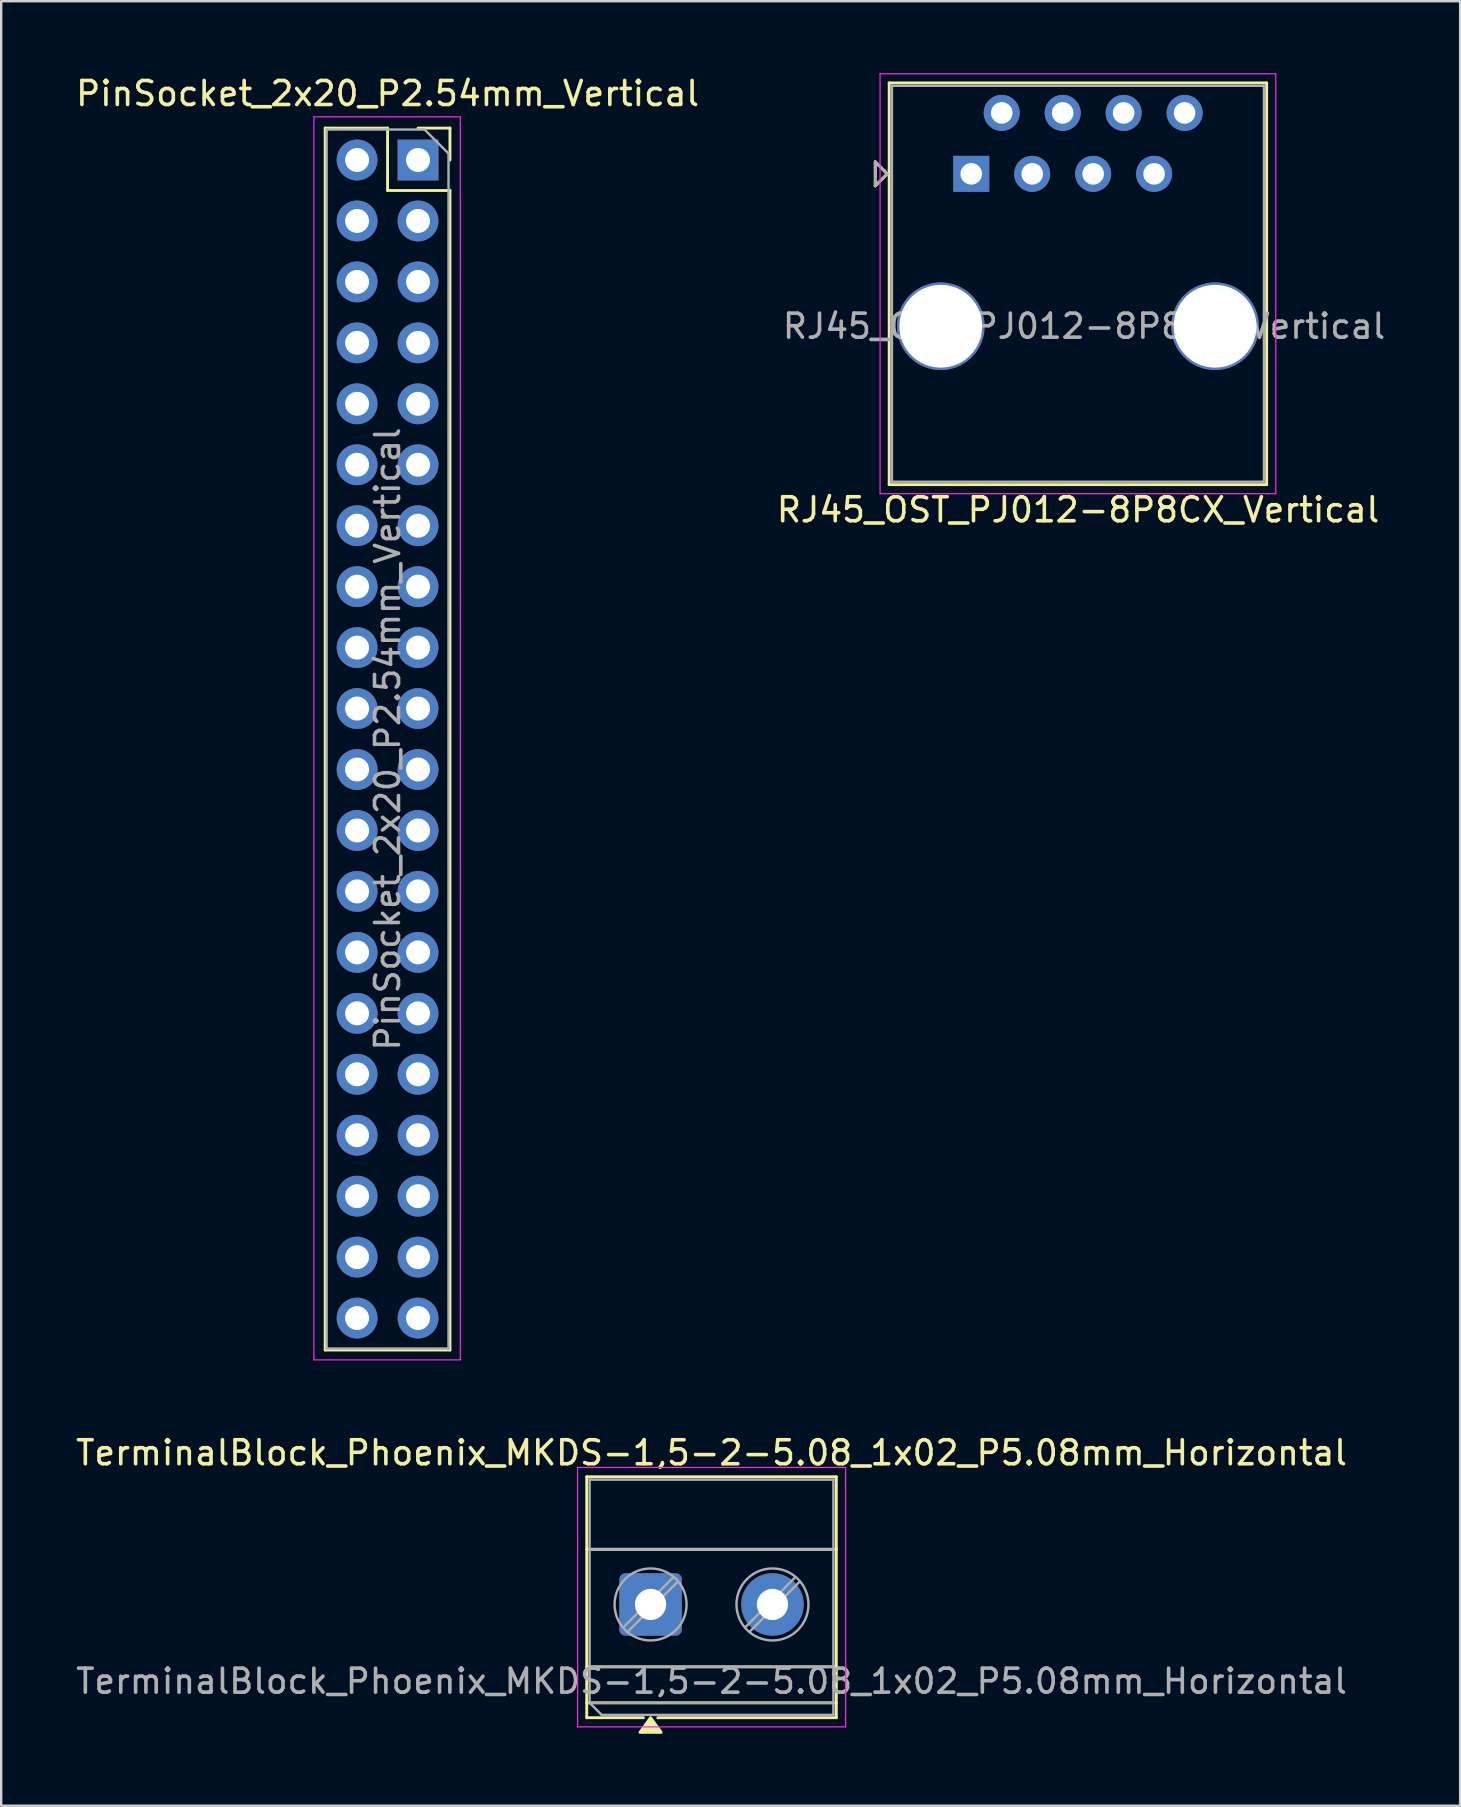
<source format=kicad_pcb>
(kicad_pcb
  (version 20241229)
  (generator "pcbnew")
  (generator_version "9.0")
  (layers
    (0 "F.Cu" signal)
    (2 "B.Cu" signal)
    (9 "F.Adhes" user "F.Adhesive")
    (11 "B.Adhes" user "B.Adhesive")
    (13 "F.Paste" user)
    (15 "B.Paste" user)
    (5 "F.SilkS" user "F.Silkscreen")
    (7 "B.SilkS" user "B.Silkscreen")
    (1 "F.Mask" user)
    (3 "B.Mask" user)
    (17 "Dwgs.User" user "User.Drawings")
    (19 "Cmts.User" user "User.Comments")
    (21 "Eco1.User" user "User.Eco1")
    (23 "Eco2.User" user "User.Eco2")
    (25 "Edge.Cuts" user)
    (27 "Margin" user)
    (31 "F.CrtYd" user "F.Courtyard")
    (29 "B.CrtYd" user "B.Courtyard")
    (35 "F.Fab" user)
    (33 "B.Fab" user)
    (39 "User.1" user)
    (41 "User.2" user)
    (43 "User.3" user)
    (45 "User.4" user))
  (footprint "RJ45_OST_PJ012-8P8CX_Vertical"
    (layer "F.Cu")
    (at 37.425 4.195)
    (property "Reference" "RJ45_OST_PJ012-8P8CX_Vertical" (at 4.45 14 0) (layer "F.SilkS") (effects (font (size 1 1) (thickness 0.15))))
    (attr through_hole)
    (fp_line (start -4 -0.5) (end -4 0.5) (stroke (width 0.12) (type solid)) (layer "F.SilkS"))
    (fp_line (start -4 0.5) (end -3.5 0) (stroke (width 0.12) (type solid)) (layer "F.SilkS"))
    (fp_line (start -3.5 0) (end -4 -0.5) (stroke (width 0.12) (type solid)) (layer "F.SilkS"))
    (fp_line (start -3.42 -3.79) (end -3.42 12.95) (stroke (width 0.12) (type solid)) (layer "F.SilkS"))
    (fp_line (start 12.3 -3.79) (end -3.42 -3.79) (stroke (width 0.12) (type solid)) (layer "F.SilkS"))
    (fp_line (start 12.31 -3.79) (end 12.31 12.95) (stroke (width 0.12) (type solid)) (layer "F.SilkS"))
    (fp_line (start 12.31 12.95) (end -3.42 12.95) (stroke (width 0.12) (type solid)) (layer "F.SilkS"))
    (fp_line (start -3.8 -4.17) (end -3.8 13.33) (stroke (width 0.05) (type solid)) (layer "F.CrtYd"))
    (fp_line (start -3.8 -4.17) (end 12.69 -4.17) (stroke (width 0.05) (type solid)) (layer "F.CrtYd"))
    (fp_line (start -3.8 13.33) (end 12.69 13.33) (stroke (width 0.05) (type solid)) (layer "F.CrtYd"))
    (fp_line (start 12.69 -4.17) (end 12.69 13.33) (stroke (width 0.05) (type solid)) (layer "F.CrtYd"))
    (fp_line (start -4 -0.5) (end -4 0.5) (stroke (width 0.12) (type solid)) (layer "F.Fab"))
    (fp_line (start -4 0.5) (end -3.5 0) (stroke (width 0.12) (type solid)) (layer "F.Fab"))
    (fp_line (start -3.5 0) (end -4 -0.5) (stroke (width 0.12) (type solid)) (layer "F.Fab"))
    (fp_line (start -3.305 -3.67) (end -3.305 12.83) (stroke (width 0.1) (type solid)) (layer "F.Fab"))
    (fp_line (start 12.195 -3.67) (end -3.305 -3.67) (stroke (width 0.1) (type solid)) (layer "F.Fab"))
    (fp_line (start 12.195 -3.67) (end 12.195 12.83) (stroke (width 0.1) (type solid)) (layer "F.Fab"))
    (fp_line (start 12.195 12.83) (end -3.305 12.83) (stroke (width 0.1) (type solid)) (layer "F.Fab"))
    (fp_text user "${REFERENCE}" (at 4.7 6.35 0) (layer "F.Fab") (effects (font (size 1 1) (thickness 0.15))))
    (pad "" np_thru_hole circle (at -1.27 6.35) (size 3.65 3.65) (drill 3.45) (layers "*.Cu" "*.Mask"))
    (pad "" np_thru_hole circle (at 10.16 6.35) (size 3.65 3.65) (drill 3.45) (layers "*.Cu" "*.Mask"))
    (pad "1" thru_hole rect (at 0 0) (size 1.5 1.5) (drill 0.9) (layers "*.Cu" "*.Mask"))
    (pad "2" thru_hole circle (at 1.27 -2.54) (size 1.5 1.5) (drill 0.9) (layers "*.Cu" "*.Mask"))
    (pad "3" thru_hole circle (at 2.54 0) (size 1.5 1.5) (drill 0.9) (layers "*.Cu" "*.Mask"))
    (pad "4" thru_hole circle (at 3.81 -2.54) (size 1.5 1.5) (drill 0.9) (layers "*.Cu" "*.Mask"))
    (pad "5" thru_hole circle (at 5.08 0) (size 1.5 1.5) (drill 0.9) (layers "*.Cu" "*.Mask"))
    (pad "6" thru_hole circle (at 6.35 -2.54) (size 1.5 1.5) (drill 0.9) (layers "*.Cu" "*.Mask"))
    (pad "7" thru_hole circle (at 7.62 0) (size 1.5 1.5) (drill 0.9) (layers "*.Cu" "*.Mask"))
    (pad "8" thru_hole circle (at 8.89 -2.54) (size 1.5 1.5) (drill 0.9) (layers "*.Cu" "*.Mask")))
  (footprint "TerminalBlock_Phoenix_MKDS-1,5-2-5.08_1x02_P5.08mm_Horizontal"
    (layer "F.Cu")
    (at 24.061 63.812)
    (property "Reference" "TerminalBlock_Phoenix_MKDS-1,5-2-5.08_1x02_P5.08mm_Horizontal" (at 2.54 -6.32 0) (layer "F.SilkS") (effects (font (size 1 1) (thickness 0.15))))
    (attr through_hole)
    (fp_line (start -2.66 -5.32) (end 7.74 -5.32) (stroke (width 0.12) (type solid)) (layer "F.SilkS"))
    (fp_line (start -2.66 -2.3) (end 7.74 -2.3) (stroke (width 0.12) (type solid)) (layer "F.SilkS"))
    (fp_line (start -2.66 2.6) (end 7.74 2.6) (stroke (width 0.12) (type solid)) (layer "F.SilkS"))
    (fp_line (start -2.66 4.1) (end 7.74 4.1) (stroke (width 0.12) (type solid)) (layer "F.SilkS"))
    (fp_line (start -2.66 4.72) (end -2.66 -5.32) (stroke (width 0.12) (type solid)) (layer "F.SilkS"))
    (fp_line (start -0.3 4.72) (end -2.66 4.72) (stroke (width 0.12) (type solid)) (layer "F.SilkS"))
    (fp_line (start 7.74 -5.32) (end 7.74 4.72) (stroke (width 0.12) (type solid)) (layer "F.SilkS"))
    (fp_line (start 7.74 4.72) (end 0.3 4.72) (stroke (width 0.12) (type solid)) (layer "F.SilkS"))
    (fp_poly (pts (xy 0 4.72) (xy 0.44 5.33) (xy -0.44 5.33)) (stroke (width 0.12) (type solid)) (fill yes) (layer "F.SilkS"))
    (fp_line (start -3.04 -5.71) (end -3.04 5.1) (stroke (width 0.05) (type solid)) (layer "F.CrtYd"))
    (fp_line (start -3.04 5.1) (end 8.13 5.1) (stroke (width 0.05) (type solid)) (layer "F.CrtYd"))
    (fp_line (start 8.13 -5.71) (end -3.04 -5.71) (stroke (width 0.05) (type solid)) (layer "F.CrtYd"))
    (fp_line (start 8.13 5.1) (end 8.13 -5.71) (stroke (width 0.05) (type solid)) (layer "F.CrtYd"))
    (fp_line (start -2.54 -5.2) (end 7.62 -5.2) (stroke (width 0.1) (type solid)) (layer "F.Fab"))
    (fp_line (start -2.54 -2.3) (end 7.62 -2.3) (stroke (width 0.1) (type solid)) (layer "F.Fab"))
    (fp_line (start -2.54 2.6) (end 7.62 2.6) (stroke (width 0.1) (type solid)) (layer "F.Fab"))
    (fp_line (start -2.54 4.1) (end -2.54 -5.2) (stroke (width 0.1) (type solid)) (layer "F.Fab"))
    (fp_line (start -2.54 4.1) (end 7.62 4.1) (stroke (width 0.1) (type solid)) (layer "F.Fab"))
    (fp_line (start -2.04 4.6) (end -2.54 4.1) (stroke (width 0.1) (type solid)) (layer "F.Fab"))
    (fp_line (start 0.955 -1.138) (end -1.138 0.955) (stroke (width 0.1) (type solid)) (layer "F.Fab"))
    (fp_line (start 1.138 -0.955) (end -0.955 1.138) (stroke (width 0.1) (type solid)) (layer "F.Fab"))
    (fp_line (start 6.035 -1.138) (end 3.942 0.955) (stroke (width 0.1) (type solid)) (layer "F.Fab"))
    (fp_line (start 6.218 -0.955) (end 4.125 1.138) (stroke (width 0.1) (type solid)) (layer "F.Fab"))
    (fp_line (start 7.62 -5.2) (end 7.62 4.6) (stroke (width 0.1) (type solid)) (layer "F.Fab"))
    (fp_line (start 7.62 4.6) (end -2.04 4.6) (stroke (width 0.1) (type solid)) (layer "F.Fab"))
    (fp_circle (center 0 0) (end 1.5 0) (stroke (width 0.1) (type solid)) (fill no) (layer "F.Fab"))
    (fp_circle (center 5.08 0) (end 6.58 0) (stroke (width 0.1) (type solid)) (fill no) (layer "F.Fab"))
    (fp_text user "${REFERENCE}" (at 2.54 3.2 0) (layer "F.Fab") (effects (font (size 1 1) (thickness 0.15))))
    (pad "1" thru_hole roundrect (at 0 0) (size 2.6 2.6) (drill 1.3) (layers "*.Cu" "*.Mask") (roundrect_rratio 0.096))
    (pad "2" thru_hole circle (at 5.08 0) (size 2.6 2.6) (drill 1.3) (layers "*.Cu" "*.Mask")))
  (footprint "PinSocket_2x20_P2.54mm_Vertical"
    (layer "F.Cu")
    (at 14.371 3.618)
    (property "Reference" "PinSocket_2x20_P2.54mm_Vertical" (at -1.27 -2.77 0) (layer "F.SilkS") (effects (font (size 1 1) (thickness 0.15))))
    (attr through_hole)
    (fp_line (start -3.87 -1.33) (end -3.87 49.59) (stroke (width 0.12) (type solid)) (layer "F.SilkS"))
    (fp_line (start -3.87 -1.33) (end -1.27 -1.33) (stroke (width 0.12) (type solid)) (layer "F.SilkS"))
    (fp_line (start -3.87 49.59) (end 1.33 49.59) (stroke (width 0.12) (type solid)) (layer "F.SilkS"))
    (fp_line (start -1.27 -1.33) (end -1.27 1.27) (stroke (width 0.12) (type solid)) (layer "F.SilkS"))
    (fp_line (start -1.27 1.27) (end 1.33 1.27) (stroke (width 0.12) (type solid)) (layer "F.SilkS"))
    (fp_line (start 0 -1.33) (end 1.33 -1.33) (stroke (width 0.12) (type solid)) (layer "F.SilkS"))
    (fp_line (start 1.33 -1.33) (end 1.33 0) (stroke (width 0.12) (type solid)) (layer "F.SilkS"))
    (fp_line (start 1.33 1.27) (end 1.33 49.59) (stroke (width 0.12) (type solid)) (layer "F.SilkS"))
    (fp_line (start -4.34 -1.8) (end 1.76 -1.8) (stroke (width 0.05) (type solid)) (layer "F.CrtYd"))
    (fp_line (start -4.34 50) (end -4.34 -1.8) (stroke (width 0.05) (type solid)) (layer "F.CrtYd"))
    (fp_line (start 1.76 -1.8) (end 1.76 50) (stroke (width 0.05) (type solid)) (layer "F.CrtYd"))
    (fp_line (start 1.76 50) (end -4.34 50) (stroke (width 0.05) (type solid)) (layer "F.CrtYd"))
    (fp_line (start -3.81 -1.27) (end 0.27 -1.27) (stroke (width 0.1) (type solid)) (layer "F.Fab"))
    (fp_line (start -3.81 49.53) (end -3.81 -1.27) (stroke (width 0.1) (type solid)) (layer "F.Fab"))
    (fp_line (start 0.27 -1.27) (end 1.27 -0.27) (stroke (width 0.1) (type solid)) (layer "F.Fab"))
    (fp_line (start 1.27 -0.27) (end 1.27 49.53) (stroke (width 0.1) (type solid)) (layer "F.Fab"))
    (fp_line (start 1.27 49.53) (end -3.81 49.53) (stroke (width 0.1) (type solid)) (layer "F.Fab"))
    (fp_text user "${REFERENCE}" (at -1.27 24.13 90) (layer "F.Fab") (effects (font (size 1 1) (thickness 0.15))))
    (pad "1" thru_hole rect (at 0 0) (size 1.7 1.7) (drill 1) (layers "*.Cu" "*.Mask"))
    (pad "2" thru_hole circle (at -2.54 0) (size 1.7 1.7) (drill 1) (layers "*.Cu" "*.Mask"))
    (pad "3" thru_hole circle (at 0 2.54) (size 1.7 1.7) (drill 1) (layers "*.Cu" "*.Mask"))
    (pad "4" thru_hole circle (at -2.54 2.54) (size 1.7 1.7) (drill 1) (layers "*.Cu" "*.Mask"))
    (pad "5" thru_hole circle (at 0 5.08) (size 1.7 1.7) (drill 1) (layers "*.Cu" "*.Mask"))
    (pad "6" thru_hole circle (at -2.54 5.08) (size 1.7 1.7) (drill 1) (layers "*.Cu" "*.Mask"))
    (pad "7" thru_hole circle (at 0 7.62) (size 1.7 1.7) (drill 1) (layers "*.Cu" "*.Mask"))
    (pad "8" thru_hole circle (at -2.54 7.62) (size 1.7 1.7) (drill 1) (layers "*.Cu" "*.Mask"))
    (pad "9" thru_hole circle (at 0 10.16) (size 1.7 1.7) (drill 1) (layers "*.Cu" "*.Mask"))
    (pad "10" thru_hole circle (at -2.54 10.16) (size 1.7 1.7) (drill 1) (layers "*.Cu" "*.Mask"))
    (pad "11" thru_hole circle (at 0 12.7) (size 1.7 1.7) (drill 1) (layers "*.Cu" "*.Mask"))
    (pad "12" thru_hole circle (at -2.54 12.7) (size 1.7 1.7) (drill 1) (layers "*.Cu" "*.Mask"))
    (pad "13" thru_hole circle (at 0 15.24) (size 1.7 1.7) (drill 1) (layers "*.Cu" "*.Mask"))
    (pad "14" thru_hole circle (at -2.54 15.24) (size 1.7 1.7) (drill 1) (layers "*.Cu" "*.Mask"))
    (pad "15" thru_hole circle (at 0 17.78) (size 1.7 1.7) (drill 1) (layers "*.Cu" "*.Mask"))
    (pad "16" thru_hole circle (at -2.54 17.78) (size 1.7 1.7) (drill 1) (layers "*.Cu" "*.Mask"))
    (pad "17" thru_hole circle (at 0 20.32) (size 1.7 1.7) (drill 1) (layers "*.Cu" "*.Mask"))
    (pad "18" thru_hole circle (at -2.54 20.32) (size 1.7 1.7) (drill 1) (layers "*.Cu" "*.Mask"))
    (pad "19" thru_hole circle (at 0 22.86) (size 1.7 1.7) (drill 1) (layers "*.Cu" "*.Mask"))
    (pad "20" thru_hole circle (at -2.54 22.86) (size 1.7 1.7) (drill 1) (layers "*.Cu" "*.Mask"))
    (pad "21" thru_hole circle (at 0 25.4) (size 1.7 1.7) (drill 1) (layers "*.Cu" "*.Mask"))
    (pad "22" thru_hole circle (at -2.54 25.4) (size 1.7 1.7) (drill 1) (layers "*.Cu" "*.Mask"))
    (pad "23" thru_hole circle (at 0 27.94) (size 1.7 1.7) (drill 1) (layers "*.Cu" "*.Mask"))
    (pad "24" thru_hole circle (at -2.54 27.94) (size 1.7 1.7) (drill 1) (layers "*.Cu" "*.Mask"))
    (pad "25" thru_hole circle (at 0 30.48) (size 1.7 1.7) (drill 1) (layers "*.Cu" "*.Mask"))
    (pad "26" thru_hole circle (at -2.54 30.48) (size 1.7 1.7) (drill 1) (layers "*.Cu" "*.Mask"))
    (pad "27" thru_hole circle (at 0 33.02) (size 1.7 1.7) (drill 1) (layers "*.Cu" "*.Mask"))
    (pad "28" thru_hole circle (at -2.54 33.02) (size 1.7 1.7) (drill 1) (layers "*.Cu" "*.Mask"))
    (pad "29" thru_hole circle (at 0 35.56) (size 1.7 1.7) (drill 1) (layers "*.Cu" "*.Mask"))
    (pad "30" thru_hole circle (at -2.54 35.56) (size 1.7 1.7) (drill 1) (layers "*.Cu" "*.Mask"))
    (pad "31" thru_hole circle (at 0 38.1) (size 1.7 1.7) (drill 1) (layers "*.Cu" "*.Mask"))
    (pad "32" thru_hole circle (at -2.54 38.1) (size 1.7 1.7) (drill 1) (layers "*.Cu" "*.Mask"))
    (pad "33" thru_hole circle (at 0 40.64) (size 1.7 1.7) (drill 1) (layers "*.Cu" "*.Mask"))
    (pad "34" thru_hole circle (at -2.54 40.64) (size 1.7 1.7) (drill 1) (layers "*.Cu" "*.Mask"))
    (pad "35" thru_hole circle (at 0 43.18) (size 1.7 1.7) (drill 1) (layers "*.Cu" "*.Mask"))
    (pad "36" thru_hole circle (at -2.54 43.18) (size 1.7 1.7) (drill 1) (layers "*.Cu" "*.Mask"))
    (pad "37" thru_hole circle (at 0 45.72) (size 1.7 1.7) (drill 1) (layers "*.Cu" "*.Mask"))
    (pad "38" thru_hole circle (at -2.54 45.72) (size 1.7 1.7) (drill 1) (layers "*.Cu" "*.Mask"))
    (pad "39" thru_hole circle (at 0 48.26) (size 1.7 1.7) (drill 1) (layers "*.Cu" "*.Mask"))
    (pad "40" thru_hole circle (at -2.54 48.26) (size 1.7 1.7) (drill 1) (layers "*.Cu" "*.Mask")))
  (gr_rect
    (start -3 -3)
    (end 57.798 72.201)
    (stroke (width 0.1) (type default))
    (fill no)
    (layer "Edge.Cuts")))
</source>
